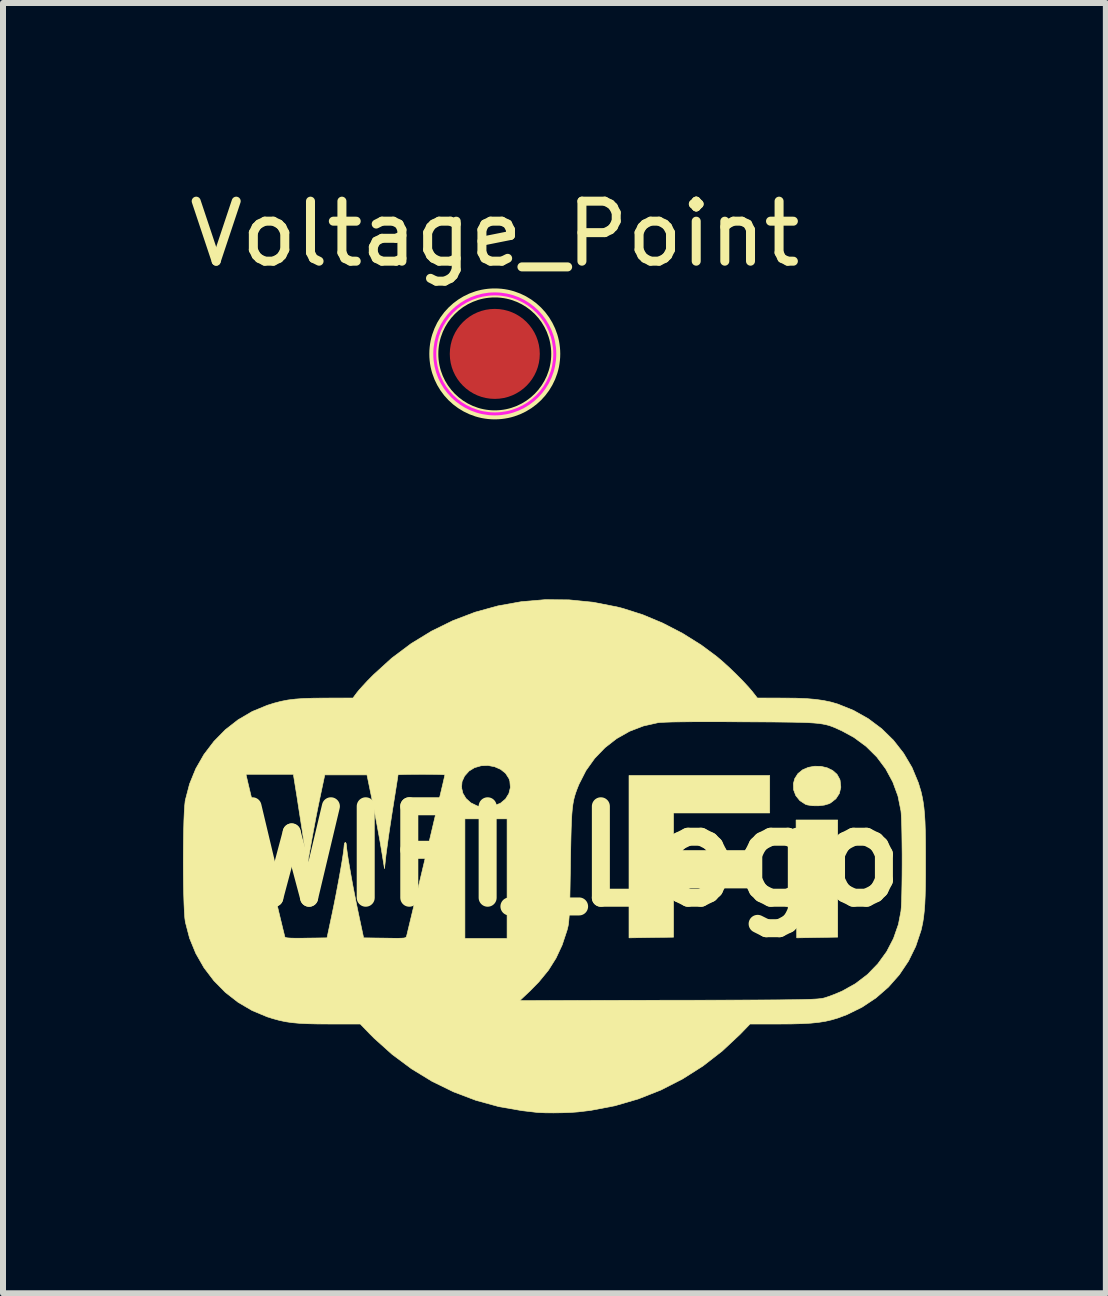
<source format=kicad_pcb>
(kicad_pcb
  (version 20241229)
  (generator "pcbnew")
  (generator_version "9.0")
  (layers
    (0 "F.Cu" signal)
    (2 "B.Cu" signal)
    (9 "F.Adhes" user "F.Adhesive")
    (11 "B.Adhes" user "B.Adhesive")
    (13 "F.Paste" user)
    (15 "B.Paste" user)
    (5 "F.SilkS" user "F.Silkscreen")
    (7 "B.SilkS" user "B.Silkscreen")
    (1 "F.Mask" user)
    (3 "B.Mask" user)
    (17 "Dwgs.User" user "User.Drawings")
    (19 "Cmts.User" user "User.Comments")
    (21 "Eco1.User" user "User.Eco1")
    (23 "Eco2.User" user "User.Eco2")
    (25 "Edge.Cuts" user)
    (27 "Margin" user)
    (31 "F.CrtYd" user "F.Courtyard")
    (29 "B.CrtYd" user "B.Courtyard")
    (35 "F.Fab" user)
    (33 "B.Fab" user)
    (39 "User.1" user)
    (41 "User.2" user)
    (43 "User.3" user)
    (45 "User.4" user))
  (footprint "Voltage_Point"
    (layer "F.Cu")
    (at 5.196 2.848)
    (property "Reference" "Voltage_Point" (at 0 -2 0) (layer "F.SilkS") (effects (font (size 1 1) (thickness 0.15))))
    (attr exclude_from_pos_files exclude_from_bom)
    (fp_circle (center 0 0) (end 1.016 0) (stroke (width 0.15) (type solid)) (fill no) (layer "F.SilkS"))
    (fp_circle (center 0 0) (end 1 0) (stroke (width 0.05) (type solid)) (fill no) (layer "F.CrtYd"))
    (pad "1" smd circle (at 0 0) (size 1.5 1.5) (layers "F.Cu" "F.Mask")))
  (footprint "WIFI_Logo"
    (layer "F.Cu")
    (at 6.456 11.222)
    (property "Reference" "WIFI_Logo" (at 0 0 0) (layer "F.SilkS") (effects (font (size 1.524 1.524) (thickness 0.3))))
    (attr through_hole)
    (fp_poly (pts (xy 4.108 -0.606) (xy 4.455 -0.606) (xy 4.455 1.346) (xy 3.772 1.358) (xy 3.766 0.376) (xy 3.761 -0.606) (xy 4.108 -0.606)) (stroke (width 0.01) (type solid)) (fill yes) (layer "F.SilkS"))
    (fp_poly (pts (xy 3.322 -0.723) (xy 1.719 -0.723) (xy 1.719 -0.098) (xy 3.165 -0.098) (xy 3.165 0.528) (xy 1.719 0.528) (xy 1.719 1.347) (xy 1.348 1.352) (xy 0.977 1.358) (xy 0.977 0.005) (xy 0.977 -1.348) (xy 3.322 -1.348) (xy 3.322 -0.723)) (stroke (width 0.01) (type solid)) (fill yes) (layer "F.SilkS"))
    (fp_poly (pts (xy 4.176 -1.5) (xy 4.279 -1.476) (xy 4.37 -1.432) (xy 4.443 -1.368) (xy 4.49 -1.283) (xy 4.495 -1.266) (xy 4.507 -1.153) (xy 4.483 -1.049) (xy 4.425 -0.96) (xy 4.337 -0.891) (xy 4.309 -0.877) (xy 4.231 -0.854) (xy 4.135 -0.843) (xy 4.036 -0.844) (xy 3.95 -0.857) (xy 3.917 -0.868) (xy 3.824 -0.929) (xy 3.757 -1.012) (xy 3.72 -1.109) (xy 3.717 -1.214) (xy 3.739 -1.296) (xy 3.793 -1.38) (xy 3.871 -1.443) (xy 3.965 -1.483) (xy 4.07 -1.502) (xy 4.176 -1.5)) (stroke (width 0.01) (type solid)) (fill yes) (layer "F.SilkS"))
    (fp_poly (pts (xy -0.023 -4.275) (xy 0.38 -4.235) (xy 0.782 -4.156) (xy 0.873 -4.133) (xy 1.206 -4.027) (xy 1.54 -3.887) (xy 1.867 -3.718) (xy 2.179 -3.523) (xy 2.438 -3.331) (xy 2.537 -3.247) (xy 2.648 -3.146) (xy 2.761 -3.037) (xy 2.87 -2.927) (xy 2.964 -2.826) (xy 3.037 -2.741) (xy 3.038 -2.739) (xy 3.116 -2.639) (xy 3.546 -2.638) (xy 3.757 -2.636) (xy 3.935 -2.629) (xy 4.087 -2.616) (xy 4.22 -2.597) (xy 4.34 -2.572) (xy 4.454 -2.539) (xy 4.455 -2.539) (xy 4.72 -2.432) (xy 4.965 -2.294) (xy 5.187 -2.128) (xy 5.384 -1.935) (xy 5.553 -1.719) (xy 5.693 -1.482) (xy 5.799 -1.227) (xy 5.844 -1.078) (xy 5.863 -0.994) (xy 5.879 -0.907) (xy 5.892 -0.813) (xy 5.902 -0.705) (xy 5.91 -0.58) (xy 5.915 -0.433) (xy 5.918 -0.26) (xy 5.919 -0.054) (xy 5.919 0.078) (xy 5.919 0.304) (xy 5.917 0.495) (xy 5.913 0.656) (xy 5.907 0.793) (xy 5.898 0.91) (xy 5.887 1.011) (xy 5.873 1.102) (xy 5.855 1.187) (xy 5.844 1.234) (xy 5.756 1.498) (xy 5.635 1.745) (xy 5.482 1.973) (xy 5.3 2.179) (xy 5.092 2.36) (xy 4.86 2.514) (xy 4.606 2.639) (xy 4.455 2.695) (xy 4.353 2.725) (xy 4.249 2.749) (xy 4.135 2.767) (xy 4.006 2.78) (xy 3.856 2.788) (xy 3.679 2.793) (xy 3.485 2.794) (xy 2.994 2.794) (xy 2.831 2.963) (xy 2.531 3.244) (xy 2.209 3.494) (xy 1.867 3.711) (xy 1.507 3.895) (xy 1.131 4.043) (xy 0.74 4.157) (xy 0.337 4.234) (xy 0.128 4.259) (xy 0.004 4.268) (xy -0.137 4.273) (xy -0.281 4.275) (xy -0.417 4.274) (xy -0.532 4.269) (xy -0.567 4.266) (xy -0.618 4.26) (xy -0.695 4.251) (xy -0.78 4.241) (xy -0.801 4.239) (xy -1.192 4.171) (xy -1.575 4.066) (xy -1.947 3.925) (xy -2.305 3.75) (xy -2.647 3.541) (xy -2.97 3.301) (xy -3.271 3.031) (xy -3.339 2.963) (xy -3.502 2.794) (xy -4.015 2.794) (xy -4.214 2.793) (xy -4.38 2.789) (xy -4.52 2.782) (xy -4.641 2.771) (xy -4.75 2.755) (xy -4.852 2.733) (xy -4.955 2.705) (xy -5.051 2.675) (xy -5.303 2.57) (xy -5.537 2.433) (xy -5.574 2.404) (xy -0.844 2.404) (xy 1.635 2.398) (xy 1.998 2.398) (xy 2.324 2.397) (xy 2.615 2.396) (xy 2.874 2.395) (xy 3.102 2.394) (xy 3.302 2.393) (xy 3.474 2.392) (xy 3.623 2.39) (xy 3.75 2.389) (xy 3.856 2.387) (xy 3.944 2.384) (xy 4.016 2.382) (xy 4.075 2.379) (xy 4.121 2.376) (xy 4.158 2.372) (xy 4.188 2.368) (xy 4.212 2.364) (xy 4.233 2.359) (xy 4.24 2.357) (xy 4.319 2.331) (xy 4.415 2.294) (xy 4.51 2.254) (xy 4.53 2.245) (xy 4.752 2.121) (xy 4.952 1.968) (xy 5.125 1.789) (xy 5.271 1.588) (xy 5.385 1.368) (xy 5.467 1.133) (xy 5.509 0.915) (xy 5.515 0.847) (xy 5.52 0.746) (xy 5.523 0.618) (xy 5.526 0.469) (xy 5.528 0.306) (xy 5.529 0.135) (xy 5.529 -0.038) (xy 5.527 -0.207) (xy 5.525 -0.365) (xy 5.522 -0.508) (xy 5.518 -0.627) (xy 5.513 -0.718) (xy 5.509 -0.759) (xy 5.459 -1.006) (xy 5.373 -1.24) (xy 5.255 -1.458) (xy 5.106 -1.657) (xy 4.928 -1.833) (xy 4.726 -1.982) (xy 4.53 -2.089) (xy 4.469 -2.117) (xy 4.415 -2.142) (xy 4.365 -2.162) (xy 4.315 -2.18) (xy 4.262 -2.194) (xy 4.203 -2.206) (xy 4.135 -2.216) (xy 4.054 -2.223) (xy 3.957 -2.229) (xy 3.84 -2.233) (xy 3.701 -2.236) (xy 3.535 -2.238) (xy 3.34 -2.24) (xy 3.113 -2.241) (xy 2.862 -2.242) (xy 2.556 -2.244) (xy 2.289 -2.244) (xy 2.059 -2.244) (xy 1.866 -2.242) (xy 1.71 -2.24) (xy 1.59 -2.236) (xy 1.505 -2.232) (xy 1.461 -2.228) (xy 1.217 -2.173) (xy 0.985 -2.084) (xy 0.77 -1.962) (xy 0.575 -1.81) (xy 0.404 -1.632) (xy 0.259 -1.429) (xy 0.145 -1.205) (xy 0.135 -1.182) (xy 0.109 -1.116) (xy 0.087 -1.055) (xy 0.069 -0.997) (xy 0.054 -0.936) (xy 0.042 -0.868) (xy 0.032 -0.79) (xy 0.024 -0.698) (xy 0.018 -0.588) (xy 0.013 -0.455) (xy 0.009 -0.296) (xy 0.005 -0.106) (xy 0.001 0.118) (xy 0.001 0.156) (xy -0.003 0.373) (xy -0.006 0.554) (xy -0.009 0.704) (xy -0.013 0.827) (xy -0.016 0.926) (xy -0.021 1.005) (xy -0.026 1.067) (xy -0.031 1.118) (xy -0.038 1.16) (xy -0.047 1.198) (xy -0.056 1.233) (xy -0.137 1.477) (xy -0.239 1.696) (xy -0.366 1.898) (xy -0.525 2.092) (xy -0.674 2.244) (xy -0.844 2.404) (xy -5.574 2.404) (xy -5.751 2.266) (xy -5.942 2.072) (xy -6.107 1.855) (xy -6.243 1.617) (xy -6.347 1.363) (xy -6.417 1.095) (xy -6.417 1.094) (xy -6.426 1.026) (xy -6.433 0.925) (xy -6.439 0.795) (xy -6.444 0.643) (xy -6.448 0.473) (xy -6.45 0.292) (xy -6.451 0.105) (xy -6.45 -0.083) (xy -6.448 -0.267) (xy -6.445 -0.44) (xy -6.441 -0.597) (xy -6.435 -0.734) (xy -6.428 -0.844) (xy -6.42 -0.922) (xy -6.417 -0.938) (xy -6.347 -1.206) (xy -6.281 -1.368) (xy -5.407 -1.368) (xy -5.372 -1.216) (xy -5.348 -1.116) (xy -5.318 -0.991) (xy -5.284 -0.845) (xy -5.245 -0.681) (xy -5.202 -0.503) (xy -5.158 -0.316) (xy -5.111 -0.122) (xy -5.064 0.074) (xy -5.018 0.268) (xy -4.972 0.458) (xy -4.929 0.639) (xy -4.888 0.807) (xy -4.852 0.959) (xy -4.82 1.091) (xy -4.794 1.199) (xy -4.774 1.28) (xy -4.762 1.329) (xy -4.758 1.344) (xy -4.745 1.353) (xy -4.712 1.359) (xy -4.655 1.363) (xy -4.569 1.365) (xy -4.449 1.364) (xy -4.402 1.363) (xy -4.056 1.358) (xy -3.973 0.967) (xy -3.942 0.818) (xy -3.911 0.662) (xy -3.881 0.504) (xy -3.852 0.349) (xy -3.826 0.203) (xy -3.804 0.073) (xy -3.787 -0.037) (xy -3.776 -0.121) (xy -3.771 -0.173) (xy -3.771 -0.177) (xy -3.765 -0.218) (xy -3.751 -0.234) (xy -3.738 -0.218) (xy -3.732 -0.177) (xy -3.728 -0.129) (xy -3.717 -0.049) (xy -3.701 0.058) (xy -3.679 0.186) (xy -3.654 0.33) (xy -3.626 0.484) (xy -3.595 0.642) (xy -3.564 0.798) (xy -3.533 0.948) (xy -3.529 0.967) (xy -3.446 1.358) (xy -3.093 1.363) (xy -2.968 1.365) (xy -2.876 1.366) (xy -2.812 1.364) (xy -2.772 1.361) (xy -2.748 1.354) (xy -2.736 1.344) (xy -2.73 1.33) (xy -2.729 1.324) (xy -2.719 1.285) (xy -2.702 1.213) (xy -2.678 1.113) (xy -2.648 0.988) (xy -2.613 0.842) (xy -2.574 0.679) (xy -2.532 0.501) (xy -2.487 0.314) (xy -2.441 0.121) (xy -2.395 -0.075) (xy -2.348 -0.269) (xy -2.303 -0.459) (xy -2.264 -0.625) (xy -1.758 -0.625) (xy -1.758 1.368) (xy -1.055 1.368) (xy -1.055 -0.625) (xy -1.758 -0.625) (xy -2.264 -0.625) (xy -2.26 -0.641) (xy -2.22 -0.81) (xy -2.184 -0.963) (xy -2.152 -1.096) (xy -2.14 -1.147) (xy -1.814 -1.147) (xy -1.792 -1.052) (xy -1.74 -0.965) (xy -1.659 -0.892) (xy -1.552 -0.84) (xy -1.548 -0.839) (xy -1.462 -0.825) (xy -1.359 -0.83) (xy -1.256 -0.85) (xy -1.17 -0.884) (xy -1.165 -0.886) (xy -1.081 -0.956) (xy -1.025 -1.047) (xy -1 -1.148) (xy -1.009 -1.254) (xy -1.023 -1.295) (xy -1.079 -1.383) (xy -1.162 -1.45) (xy -1.263 -1.494) (xy -1.374 -1.515) (xy -1.488 -1.51) (xy -1.598 -1.478) (xy -1.689 -1.422) (xy -1.764 -1.338) (xy -1.806 -1.245) (xy -1.814 -1.147) (xy -2.14 -1.147) (xy -2.126 -1.206) (xy -2.107 -1.289) (xy -2.095 -1.341) (xy -2.091 -1.358) (xy -2.109 -1.361) (xy -2.161 -1.364) (xy -2.24 -1.366) (xy -2.341 -1.367) (xy -2.457 -1.368) (xy -2.481 -1.368) (xy -2.6 -1.367) (xy -2.704 -1.366) (xy -2.788 -1.364) (xy -2.846 -1.362) (xy -2.871 -1.36) (xy -2.872 -1.359) (xy -2.875 -1.339) (xy -2.883 -1.284) (xy -2.896 -1.201) (xy -2.913 -1.094) (xy -2.933 -0.968) (xy -2.955 -0.828) (xy -2.961 -0.794) (xy -2.985 -0.637) (xy -3.009 -0.481) (xy -3.031 -0.333) (xy -3.049 -0.2) (xy -3.064 -0.091) (xy -3.074 -0.016) (xy -3.098 0.205) (xy -3.152 -0.127) (xy -3.173 -0.251) (xy -3.2 -0.4) (xy -3.23 -0.564) (xy -3.262 -0.73) (xy -3.294 -0.887) (xy -3.298 -0.909) (xy -3.39 -1.358) (xy -4.093 -1.358) (xy -4.176 -0.967) (xy -4.208 -0.812) (xy -4.243 -0.635) (xy -4.277 -0.453) (xy -4.309 -0.281) (xy -4.326 -0.186) (xy -4.346 -0.073) (xy -4.363 0.021) (xy -4.378 0.091) (xy -4.388 0.133) (xy -4.394 0.142) (xy -4.394 0.137) (xy -4.398 0.088) (xy -4.408 0.005) (xy -4.423 -0.11) (xy -4.444 -0.252) (xy -4.468 -0.419) (xy -4.497 -0.607) (xy -4.529 -0.812) (xy -4.555 -0.982) (xy -4.617 -1.368) (xy -5.407 -1.368) (xy -6.281 -1.368) (xy -6.243 -1.461) (xy -6.107 -1.698) (xy -5.942 -1.915) (xy -5.752 -2.109) (xy -5.538 -2.276) (xy -5.303 -2.414) (xy -5.051 -2.518) (xy -4.933 -2.555) (xy -4.82 -2.584) (xy -4.707 -2.606) (xy -4.584 -2.621) (xy -4.445 -2.631) (xy -4.282 -2.636) (xy -4.088 -2.638) (xy -4.076 -2.638) (xy -3.624 -2.639) (xy -3.556 -2.73) (xy -3.517 -2.778) (xy -3.457 -2.844) (xy -3.384 -2.923) (xy -3.304 -3.004) (xy -3.28 -3.028) (xy -2.978 -3.303) (xy -2.655 -3.545) (xy -2.315 -3.753) (xy -1.959 -3.928) (xy -1.589 -4.069) (xy -1.209 -4.174) (xy -0.819 -4.244) (xy -0.423 -4.278) (xy -0.023 -4.275)) (stroke (width 0.01) (type solid)) (fill yes) (layer "F.SilkS")))
  (gr_rect
    (start -3 -3)
    (end 15.38 18.503)
    (stroke (width 0.1) (type default))
    (fill no)
    (layer "Edge.Cuts")))
</source>
